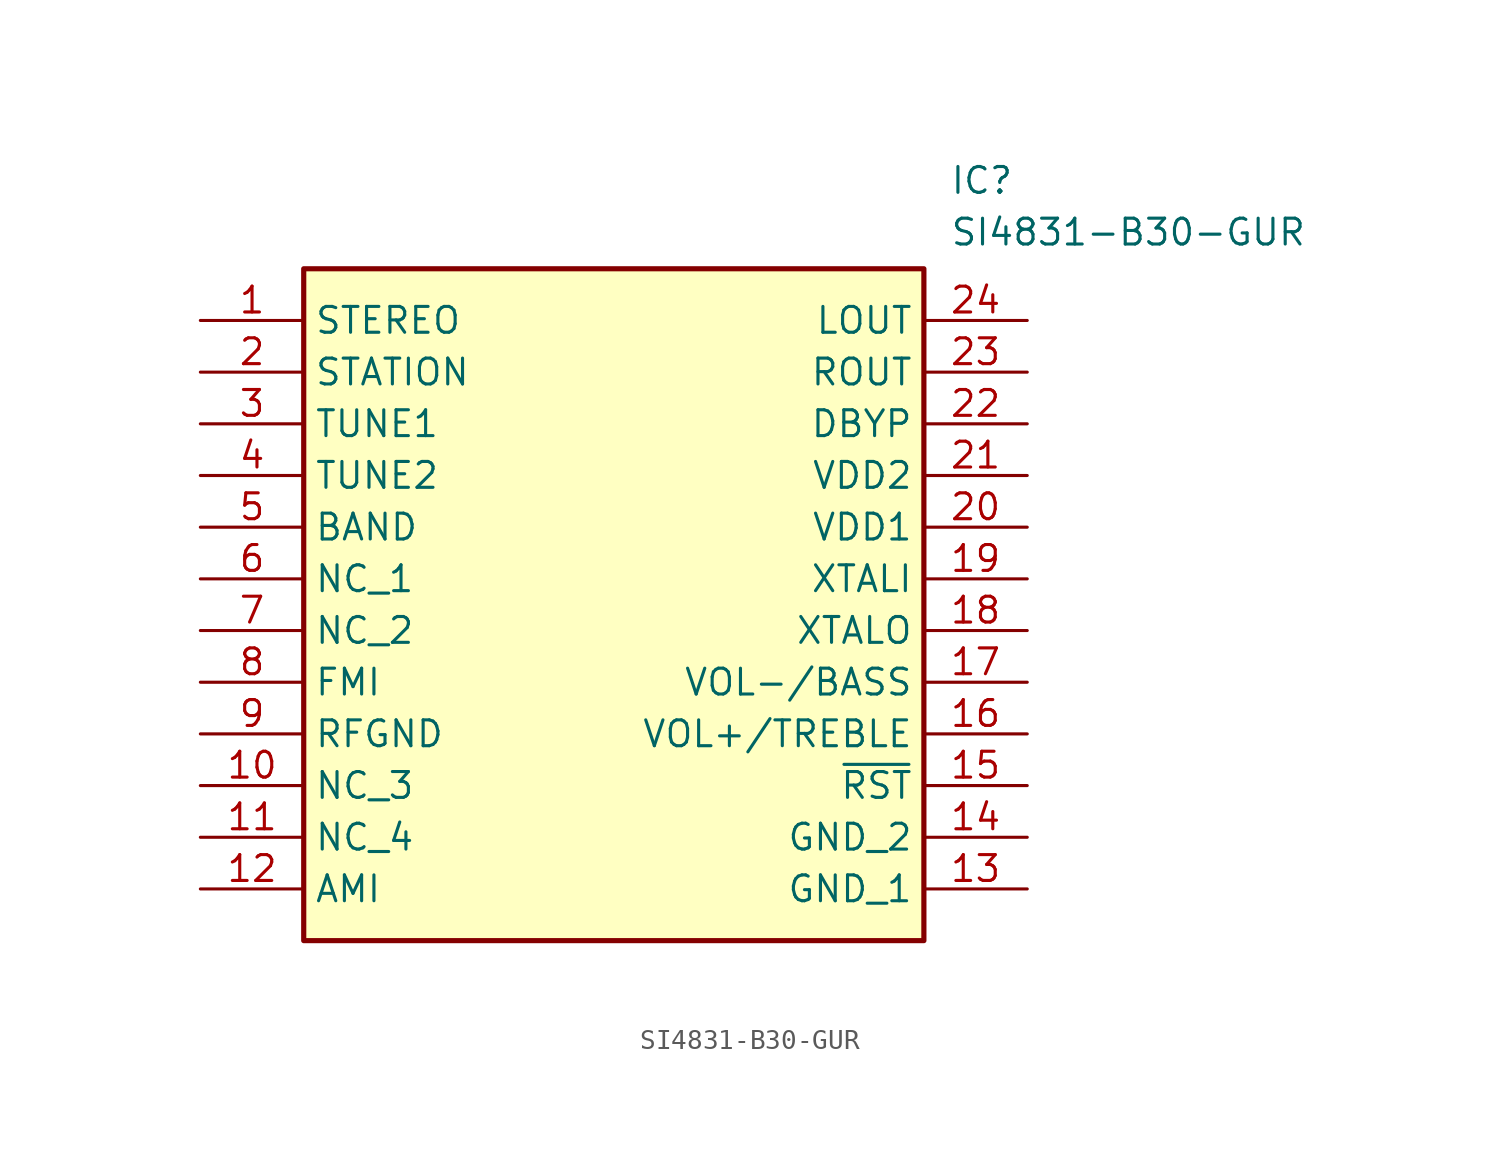
<source format=kicad_sym>
(kicad_symbol_lib
  (version 20211014)
  (generator SamacSys_ECAD_Model)
  (symbol "SI4831-B30-GUR"
    (property "Reference" "IC"
      (at 36.83 7.62 0)
      (effects (font (size 1.27 1.27)) (justify left top)))
    (property "Value" "SI4831-B30-GUR"
      (at 36.83 5.08 0)
      (effects (font (size 1.27 1.27)) (justify left top)))
    (rectangle
      (start 5.08 2.54)
      (end 35.56 -30.48)
      (stroke (width 0.254) (type default))
      (fill (type background)))
    (pin passive line
      (at 0 0 0)
      (length 5.08)
      (name "STEREO" (effects (font (size 1.27 1.27))))
      (number "1" (effects (font (size 1.27 1.27)))))
    (pin passive line
      (at 0 -2.54 0)
      (length 5.08)
      (name "STATION" (effects (font (size 1.27 1.27))))
      (number "2" (effects (font (size 1.27 1.27)))))
    (pin passive line
      (at 0 -5.08 0)
      (length 5.08)
      (name "TUNE1" (effects (font (size 1.27 1.27))))
      (number "3" (effects (font (size 1.27 1.27)))))
    (pin passive line
      (at 0 -7.62 0)
      (length 5.08)
      (name "TUNE2" (effects (font (size 1.27 1.27))))
      (number "4" (effects (font (size 1.27 1.27)))))
    (pin passive line
      (at 0 -10.16 0)
      (length 5.08)
      (name "BAND" (effects (font (size 1.27 1.27))))
      (number "5" (effects (font (size 1.27 1.27)))))
    (pin passive line
      (at 0 -12.7 0)
      (length 5.08)
      (name "NC_1" (effects (font (size 1.27 1.27))))
      (number "6" (effects (font (size 1.27 1.27)))))
    (pin passive line
      (at 0 -15.24 0)
      (length 5.08)
      (name "NC_2" (effects (font (size 1.27 1.27))))
      (number "7" (effects (font (size 1.27 1.27)))))
    (pin passive line
      (at 0 -17.78 0)
      (length 5.08)
      (name "FMI" (effects (font (size 1.27 1.27))))
      (number "8" (effects (font (size 1.27 1.27)))))
    (pin passive line
      (at 0 -20.32 0)
      (length 5.08)
      (name "RFGND" (effects (font (size 1.27 1.27))))
      (number "9" (effects (font (size 1.27 1.27)))))
    (pin passive line
      (at 0 -22.86 0)
      (length 5.08)
      (name "NC_3" (effects (font (size 1.27 1.27))))
      (number "10" (effects (font (size 1.27 1.27)))))
    (pin passive line
      (at 0 -25.4 0)
      (length 5.08)
      (name "NC_4" (effects (font (size 1.27 1.27))))
      (number "11" (effects (font (size 1.27 1.27)))))
    (pin passive line
      (at 0 -27.94 0)
      (length 5.08)
      (name "AMI" (effects (font (size 1.27 1.27))))
      (number "12" (effects (font (size 1.27 1.27)))))
    (pin passive line
      (at 40.64 0 180)
      (length 5.08)
      (name "LOUT" (effects (font (size 1.27 1.27))))
      (number "24" (effects (font (size 1.27 1.27)))))
    (pin passive line
      (at 40.64 -2.54 180)
      (length 5.08)
      (name "ROUT" (effects (font (size 1.27 1.27))))
      (number "23" (effects (font (size 1.27 1.27)))))
    (pin passive line
      (at 40.64 -5.08 180)
      (length 5.08)
      (name "DBYP" (effects (font (size 1.27 1.27))))
      (number "22" (effects (font (size 1.27 1.27)))))
    (pin passive line
      (at 40.64 -7.62 180)
      (length 5.08)
      (name "VDD2" (effects (font (size 1.27 1.27))))
      (number "21" (effects (font (size 1.27 1.27)))))
    (pin passive line
      (at 40.64 -10.16 180)
      (length 5.08)
      (name "VDD1" (effects (font (size 1.27 1.27))))
      (number "20" (effects (font (size 1.27 1.27)))))
    (pin passive line
      (at 40.64 -12.7 180)
      (length 5.08)
      (name "XTALI" (effects (font (size 1.27 1.27))))
      (number "19" (effects (font (size 1.27 1.27)))))
    (pin passive line
      (at 40.64 -15.24 180)
      (length 5.08)
      (name "XTALO" (effects (font (size 1.27 1.27))))
      (number "18" (effects (font (size 1.27 1.27)))))
    (pin passive line
      (at 40.64 -17.78 180)
      (length 5.08)
      (name "VOL-/BASS" (effects (font (size 1.27 1.27))))
      (number "17" (effects (font (size 1.27 1.27)))))
    (pin passive line
      (at 40.64 -20.32 180)
      (length 5.08)
      (name "VOL+/TREBLE" (effects (font (size 1.27 1.27))))
      (number "16" (effects (font (size 1.27 1.27)))))
    (pin passive line
      (at 40.64 -22.86 180)
      (length 5.08)
      (name "~{RST}" (effects (font (size 1.27 1.27))))
      (number "15" (effects (font (size 1.27 1.27)))))
    (pin passive line
      (at 40.64 -25.4 180)
      (length 5.08)
      (name "GND_2" (effects (font (size 1.27 1.27))))
      (number "14" (effects (font (size 1.27 1.27)))))
    (pin passive line
      (at 40.64 -27.94 180)
      (length 5.08)
      (name "GND_1" (effects (font (size 1.27 1.27))))
      (number "13" (effects (font (size 1.27 1.27)))))))
</source>
